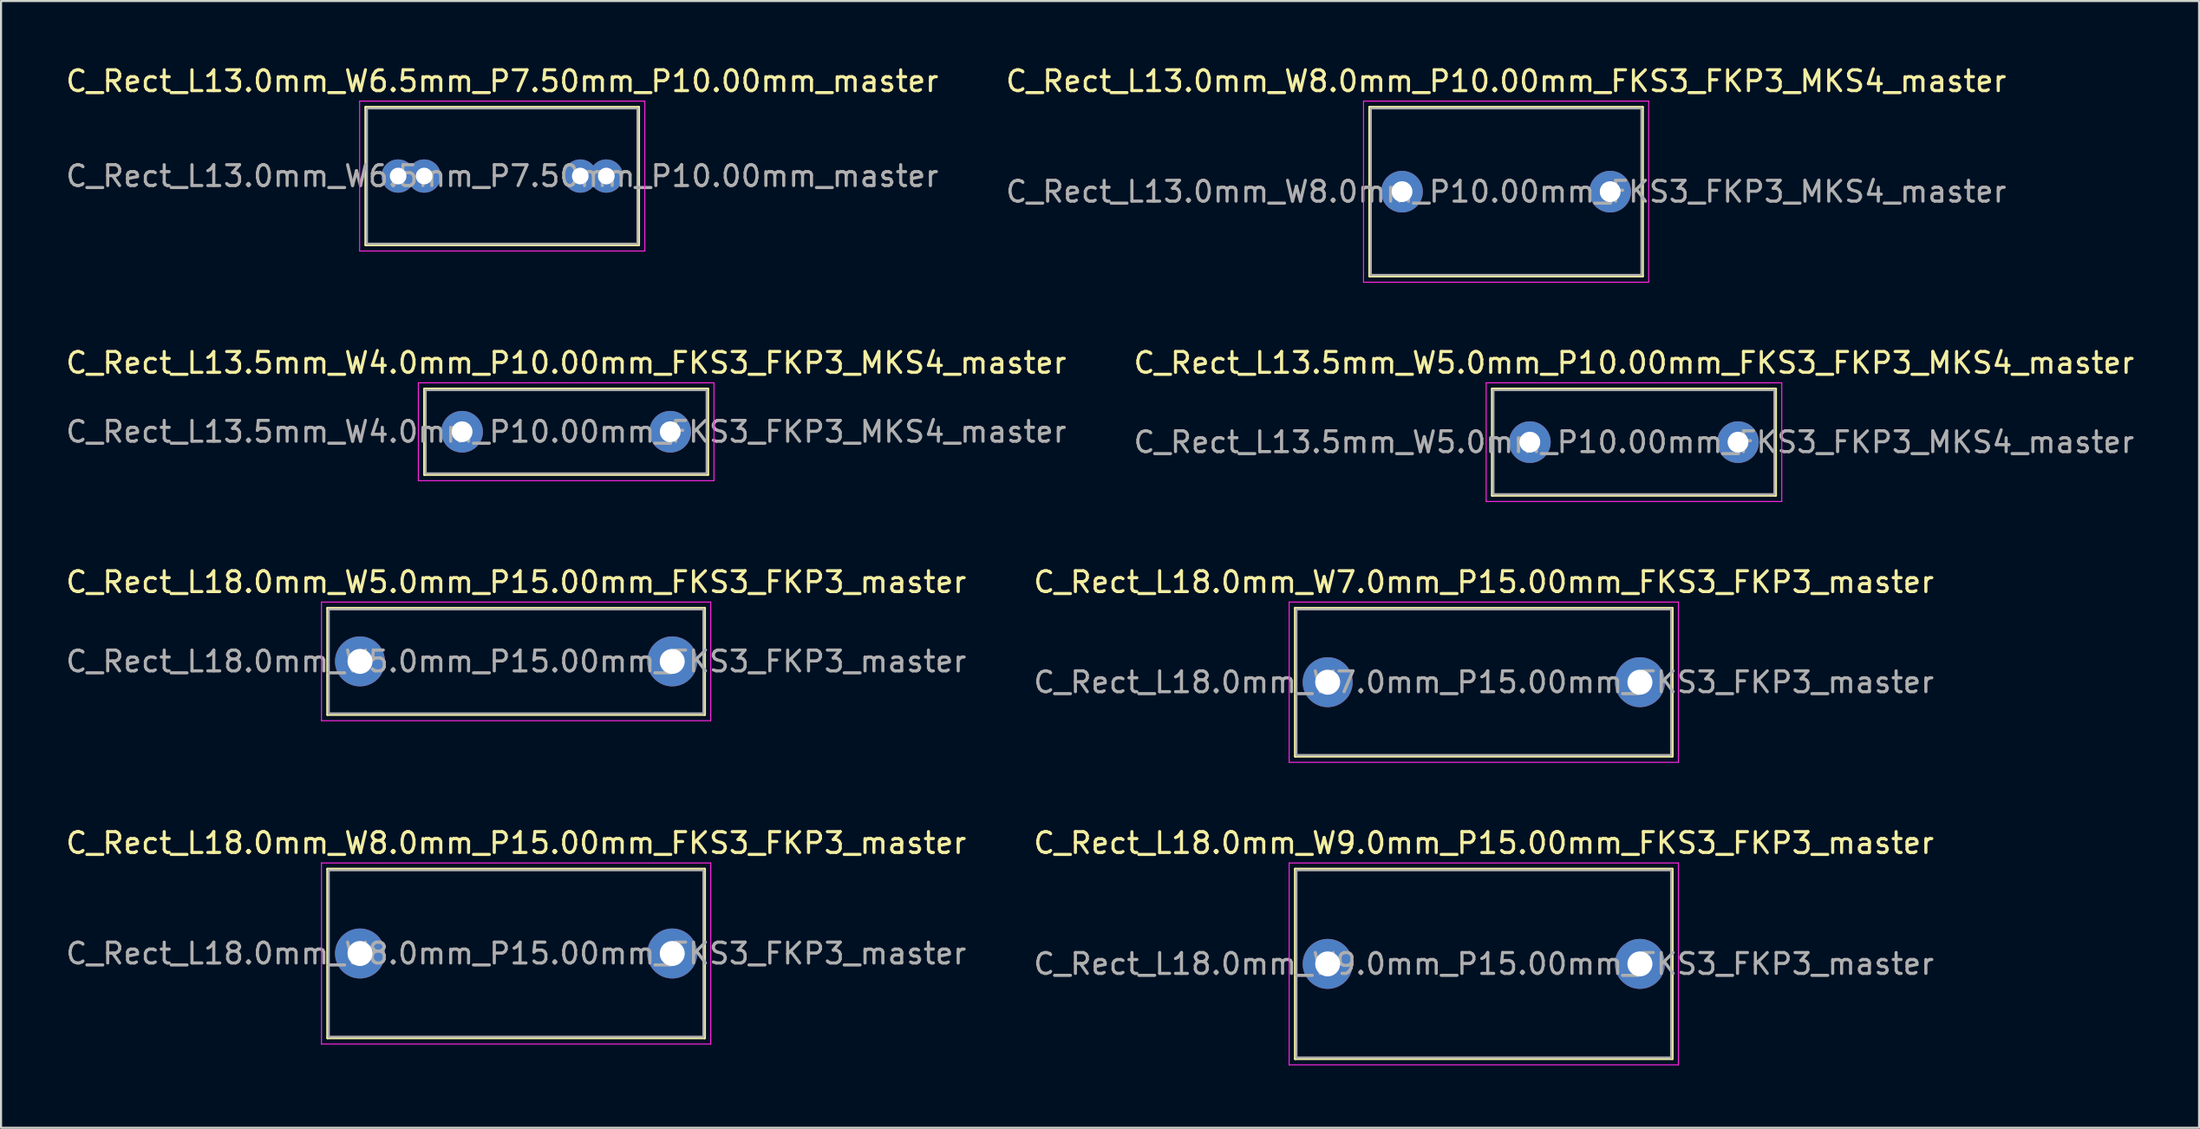
<source format=kicad_pcb>
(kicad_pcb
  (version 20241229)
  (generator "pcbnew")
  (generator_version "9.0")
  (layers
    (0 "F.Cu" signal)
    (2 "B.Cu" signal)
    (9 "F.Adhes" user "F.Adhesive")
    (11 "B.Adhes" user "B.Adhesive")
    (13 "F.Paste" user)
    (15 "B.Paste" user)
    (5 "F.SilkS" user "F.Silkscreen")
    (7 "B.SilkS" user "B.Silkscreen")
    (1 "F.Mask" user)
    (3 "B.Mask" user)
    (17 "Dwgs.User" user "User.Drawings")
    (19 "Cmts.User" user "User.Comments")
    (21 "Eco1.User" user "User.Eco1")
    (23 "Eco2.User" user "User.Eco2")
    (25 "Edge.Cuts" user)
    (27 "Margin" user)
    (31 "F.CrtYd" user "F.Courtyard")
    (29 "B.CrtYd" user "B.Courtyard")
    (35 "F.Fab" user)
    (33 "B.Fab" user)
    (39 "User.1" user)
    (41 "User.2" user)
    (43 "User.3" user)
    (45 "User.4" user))
  (footprint "C_Rect_L18.0mm_W5.0mm_P15.00mm_FKS3_FKP3_master"
    (layer "F.Cu")
    (at 14.244 28.725)
    (property "Reference" "C_Rect_L18.0mm_W5.0mm_P15.00mm_FKS3_FKP3_master" (at 7.5 -3.81 0) (layer "F.SilkS") (effects (font (size 1 1) (thickness 0.15))))
    (attr through_hole)
    (fp_line (start -1.56 -2.56) (end -1.56 2.56) (stroke (width 0.12) (type solid)) (layer "F.SilkS"))
    (fp_line (start -1.56 -2.56) (end 16.56 -2.56) (stroke (width 0.12) (type solid)) (layer "F.SilkS"))
    (fp_line (start -1.56 2.56) (end 16.56 2.56) (stroke (width 0.12) (type solid)) (layer "F.SilkS"))
    (fp_line (start 16.56 -2.56) (end 16.56 2.56) (stroke (width 0.12) (type solid)) (layer "F.SilkS"))
    (fp_line (start -1.85 -2.85) (end -1.85 2.85) (stroke (width 0.05) (type solid)) (layer "F.CrtYd"))
    (fp_line (start -1.85 2.85) (end 16.85 2.85) (stroke (width 0.05) (type solid)) (layer "F.CrtYd"))
    (fp_line (start 16.85 -2.85) (end -1.85 -2.85) (stroke (width 0.05) (type solid)) (layer "F.CrtYd"))
    (fp_line (start 16.85 2.85) (end 16.85 -2.85) (stroke (width 0.05) (type solid)) (layer "F.CrtYd"))
    (fp_line (start -1.5 -2.5) (end -1.5 2.5) (stroke (width 0.1) (type solid)) (layer "F.Fab"))
    (fp_line (start -1.5 2.5) (end 16.5 2.5) (stroke (width 0.1) (type solid)) (layer "F.Fab"))
    (fp_line (start 16.5 -2.5) (end -1.5 -2.5) (stroke (width 0.1) (type solid)) (layer "F.Fab"))
    (fp_line (start 16.5 2.5) (end 16.5 -2.5) (stroke (width 0.1) (type solid)) (layer "F.Fab"))
    (fp_text user "${REFERENCE}" (at 7.5 0 0) (layer "F.Fab") (effects (font (size 1 1) (thickness 0.15))))
    (pad "1" thru_hole circle (at 0 0) (size 2.4 2.4) (drill 1.2) (layers "*.Cu" "*.Mask"))
    (pad "2" thru_hole circle (at 15 0) (size 2.4 2.4) (drill 1.2) (layers "*.Cu" "*.Mask")))
  (footprint "C_Rect_L18.0mm_W7.0mm_P15.00mm_FKS3_FKP3_master"
    (layer "F.Cu")
    (at 60.732 29.725)
    (property "Reference" "C_Rect_L18.0mm_W7.0mm_P15.00mm_FKS3_FKP3_master" (at 7.5 -4.81 0) (layer "F.SilkS") (effects (font (size 1 1) (thickness 0.15))))
    (attr through_hole)
    (fp_line (start -1.56 -3.56) (end -1.56 3.56) (stroke (width 0.12) (type solid)) (layer "F.SilkS"))
    (fp_line (start -1.56 -3.56) (end 16.56 -3.56) (stroke (width 0.12) (type solid)) (layer "F.SilkS"))
    (fp_line (start -1.56 3.56) (end 16.56 3.56) (stroke (width 0.12) (type solid)) (layer "F.SilkS"))
    (fp_line (start 16.56 -3.56) (end 16.56 3.56) (stroke (width 0.12) (type solid)) (layer "F.SilkS"))
    (fp_line (start -1.85 -3.85) (end -1.85 3.85) (stroke (width 0.05) (type solid)) (layer "F.CrtYd"))
    (fp_line (start -1.85 3.85) (end 16.85 3.85) (stroke (width 0.05) (type solid)) (layer "F.CrtYd"))
    (fp_line (start 16.85 -3.85) (end -1.85 -3.85) (stroke (width 0.05) (type solid)) (layer "F.CrtYd"))
    (fp_line (start 16.85 3.85) (end 16.85 -3.85) (stroke (width 0.05) (type solid)) (layer "F.CrtYd"))
    (fp_line (start -1.5 -3.5) (end -1.5 3.5) (stroke (width 0.1) (type solid)) (layer "F.Fab"))
    (fp_line (start -1.5 3.5) (end 16.5 3.5) (stroke (width 0.1) (type solid)) (layer "F.Fab"))
    (fp_line (start 16.5 -3.5) (end -1.5 -3.5) (stroke (width 0.1) (type solid)) (layer "F.Fab"))
    (fp_line (start 16.5 3.5) (end 16.5 -3.5) (stroke (width 0.1) (type solid)) (layer "F.Fab"))
    (fp_text user "${REFERENCE}" (at 7.5 0 0) (layer "F.Fab") (effects (font (size 1 1) (thickness 0.15))))
    (pad "1" thru_hole circle (at 0 0) (size 2.4 2.4) (drill 1.2) (layers "*.Cu" "*.Mask"))
    (pad "2" thru_hole circle (at 15 0) (size 2.4 2.4) (drill 1.2) (layers "*.Cu" "*.Mask")))
  (footprint "C_Rect_L13.5mm_W5.0mm_P10.00mm_FKS3_FKP3_MKS4_master"
    (layer "F.Cu")
    (at 70.446 18.192)
    (property "Reference" "C_Rect_L13.5mm_W5.0mm_P10.00mm_FKS3_FKP3_MKS4_master" (at 5 -3.81 0) (layer "F.SilkS") (effects (font (size 1 1) (thickness 0.15))))
    (attr through_hole)
    (fp_line (start -1.81 -2.56) (end -1.81 2.56) (stroke (width 0.12) (type solid)) (layer "F.SilkS"))
    (fp_line (start -1.81 -2.56) (end 11.81 -2.56) (stroke (width 0.12) (type solid)) (layer "F.SilkS"))
    (fp_line (start -1.81 2.56) (end 11.81 2.56) (stroke (width 0.12) (type solid)) (layer "F.SilkS"))
    (fp_line (start 11.81 -2.56) (end 11.81 2.56) (stroke (width 0.12) (type solid)) (layer "F.SilkS"))
    (fp_line (start -2.1 -2.85) (end -2.1 2.85) (stroke (width 0.05) (type solid)) (layer "F.CrtYd"))
    (fp_line (start -2.1 2.85) (end 12.1 2.85) (stroke (width 0.05) (type solid)) (layer "F.CrtYd"))
    (fp_line (start 12.1 -2.85) (end -2.1 -2.85) (stroke (width 0.05) (type solid)) (layer "F.CrtYd"))
    (fp_line (start 12.1 2.85) (end 12.1 -2.85) (stroke (width 0.05) (type solid)) (layer "F.CrtYd"))
    (fp_line (start -1.75 -2.5) (end -1.75 2.5) (stroke (width 0.1) (type solid)) (layer "F.Fab"))
    (fp_line (start -1.75 2.5) (end 11.75 2.5) (stroke (width 0.1) (type solid)) (layer "F.Fab"))
    (fp_line (start 11.75 -2.5) (end -1.75 -2.5) (stroke (width 0.1) (type solid)) (layer "F.Fab"))
    (fp_line (start 11.75 2.5) (end 11.75 -2.5) (stroke (width 0.1) (type solid)) (layer "F.Fab"))
    (fp_text user "${REFERENCE}" (at 5 0 0) (layer "F.Fab") (effects (font (size 1 1) (thickness 0.15))))
    (pad "1" thru_hole circle (at 0 0) (size 2 2) (drill 1) (layers "*.Cu" "*.Mask"))
    (pad "2" thru_hole circle (at 10 0) (size 2 2) (drill 1) (layers "*.Cu" "*.Mask")))
  (footprint "C_Rect_L13.0mm_W8.0mm_P10.00mm_FKS3_FKP3_MKS4_master"
    (layer "F.Cu")
    (at 64.304 6.158)
    (property "Reference" "C_Rect_L13.0mm_W8.0mm_P10.00mm_FKS3_FKP3_MKS4_master" (at 5 -5.31 0) (layer "F.SilkS") (effects (font (size 1 1) (thickness 0.15))))
    (attr through_hole)
    (fp_line (start -1.56 -4.06) (end -1.56 4.06) (stroke (width 0.12) (type solid)) (layer "F.SilkS"))
    (fp_line (start -1.56 -4.06) (end 11.56 -4.06) (stroke (width 0.12) (type solid)) (layer "F.SilkS"))
    (fp_line (start -1.56 4.06) (end 11.56 4.06) (stroke (width 0.12) (type solid)) (layer "F.SilkS"))
    (fp_line (start 11.56 -4.06) (end 11.56 4.06) (stroke (width 0.12) (type solid)) (layer "F.SilkS"))
    (fp_line (start -1.85 -4.35) (end -1.85 4.35) (stroke (width 0.05) (type solid)) (layer "F.CrtYd"))
    (fp_line (start -1.85 4.35) (end 11.85 4.35) (stroke (width 0.05) (type solid)) (layer "F.CrtYd"))
    (fp_line (start 11.85 -4.35) (end -1.85 -4.35) (stroke (width 0.05) (type solid)) (layer "F.CrtYd"))
    (fp_line (start 11.85 4.35) (end 11.85 -4.35) (stroke (width 0.05) (type solid)) (layer "F.CrtYd"))
    (fp_line (start -1.5 -4) (end -1.5 4) (stroke (width 0.1) (type solid)) (layer "F.Fab"))
    (fp_line (start -1.5 4) (end 11.5 4) (stroke (width 0.1) (type solid)) (layer "F.Fab"))
    (fp_line (start 11.5 -4) (end -1.5 -4) (stroke (width 0.1) (type solid)) (layer "F.Fab"))
    (fp_line (start 11.5 4) (end 11.5 -4) (stroke (width 0.1) (type solid)) (layer "F.Fab"))
    (fp_text user "${REFERENCE}" (at 5 0 0) (layer "F.Fab") (effects (font (size 1 1) (thickness 0.15))))
    (pad "1" thru_hole circle (at 0 0) (size 2 2) (drill 1) (layers "*.Cu" "*.Mask"))
    (pad "2" thru_hole circle (at 10 0) (size 2 2) (drill 1) (layers "*.Cu" "*.Mask")))
  (footprint "C_Rect_L13.0mm_W6.5mm_P7.50mm_P10.00mm_master"
    (layer "F.Cu")
    (at 16.077 5.408)
    (property "Reference" "C_Rect_L13.0mm_W6.5mm_P7.50mm_P10.00mm_master" (at 5 -4.56 0) (layer "F.SilkS") (effects (font (size 1 1) (thickness 0.15))))
    (attr through_hole)
    (fp_line (start -1.56 -3.31) (end -1.56 3.31) (stroke (width 0.12) (type solid)) (layer "F.SilkS"))
    (fp_line (start -1.56 -3.31) (end 11.56 -3.31) (stroke (width 0.12) (type solid)) (layer "F.SilkS"))
    (fp_line (start -1.56 3.31) (end 11.56 3.31) (stroke (width 0.12) (type solid)) (layer "F.SilkS"))
    (fp_line (start 11.56 -3.31) (end 11.56 3.31) (stroke (width 0.12) (type solid)) (layer "F.SilkS"))
    (fp_line (start -1.85 -3.6) (end -1.85 3.6) (stroke (width 0.05) (type solid)) (layer "F.CrtYd"))
    (fp_line (start -1.85 3.6) (end 11.85 3.6) (stroke (width 0.05) (type solid)) (layer "F.CrtYd"))
    (fp_line (start 11.85 -3.6) (end -1.85 -3.6) (stroke (width 0.05) (type solid)) (layer "F.CrtYd"))
    (fp_line (start 11.85 3.6) (end 11.85 -3.6) (stroke (width 0.05) (type solid)) (layer "F.CrtYd"))
    (fp_line (start -1.5 -3.25) (end -1.5 3.25) (stroke (width 0.1) (type solid)) (layer "F.Fab"))
    (fp_line (start -1.5 3.25) (end 11.5 3.25) (stroke (width 0.1) (type solid)) (layer "F.Fab"))
    (fp_line (start 11.5 -3.25) (end -1.5 -3.25) (stroke (width 0.1) (type solid)) (layer "F.Fab"))
    (fp_line (start 11.5 3.25) (end 11.5 -3.25) (stroke (width 0.1) (type solid)) (layer "F.Fab"))
    (fp_text user "${REFERENCE}" (at 5 0 0) (layer "F.Fab") (effects (font (size 1 1) (thickness 0.15))))
    (pad "1" thru_hole circle (at 0 0) (size 1.6 1.6) (drill 0.8) (layers "*.Cu" "*.Mask"))
    (pad "1" thru_hole circle (at 1.25 0) (size 1.6 1.6) (drill 0.8) (layers "*.Cu" "*.Mask"))
    (pad "2" thru_hole circle (at 8.75 0) (size 1.6 1.6) (drill 0.8) (layers "*.Cu" "*.Mask"))
    (pad "2" thru_hole circle (at 10 0) (size 1.6 1.6) (drill 0.8) (layers "*.Cu" "*.Mask")))
  (footprint "C_Rect_L18.0mm_W9.0mm_P15.00mm_FKS3_FKP3_master"
    (layer "F.Cu")
    (at 60.732 43.258)
    (property "Reference" "C_Rect_L18.0mm_W9.0mm_P15.00mm_FKS3_FKP3_master" (at 7.5 -5.81 0) (layer "F.SilkS") (effects (font (size 1 1) (thickness 0.15))))
    (attr through_hole)
    (fp_line (start -1.56 -4.56) (end -1.56 4.56) (stroke (width 0.12) (type solid)) (layer "F.SilkS"))
    (fp_line (start -1.56 -4.56) (end 16.56 -4.56) (stroke (width 0.12) (type solid)) (layer "F.SilkS"))
    (fp_line (start -1.56 4.56) (end 16.56 4.56) (stroke (width 0.12) (type solid)) (layer "F.SilkS"))
    (fp_line (start 16.56 -4.56) (end 16.56 4.56) (stroke (width 0.12) (type solid)) (layer "F.SilkS"))
    (fp_line (start -1.85 -4.85) (end -1.85 4.85) (stroke (width 0.05) (type solid)) (layer "F.CrtYd"))
    (fp_line (start -1.85 4.85) (end 16.85 4.85) (stroke (width 0.05) (type solid)) (layer "F.CrtYd"))
    (fp_line (start 16.85 -4.85) (end -1.85 -4.85) (stroke (width 0.05) (type solid)) (layer "F.CrtYd"))
    (fp_line (start 16.85 4.85) (end 16.85 -4.85) (stroke (width 0.05) (type solid)) (layer "F.CrtYd"))
    (fp_line (start -1.5 -4.5) (end -1.5 4.5) (stroke (width 0.1) (type solid)) (layer "F.Fab"))
    (fp_line (start -1.5 4.5) (end 16.5 4.5) (stroke (width 0.1) (type solid)) (layer "F.Fab"))
    (fp_line (start 16.5 -4.5) (end -1.5 -4.5) (stroke (width 0.1) (type solid)) (layer "F.Fab"))
    (fp_line (start 16.5 4.5) (end 16.5 -4.5) (stroke (width 0.1) (type solid)) (layer "F.Fab"))
    (fp_text user "${REFERENCE}" (at 7.5 0 0) (layer "F.Fab") (effects (font (size 1 1) (thickness 0.15))))
    (pad "1" thru_hole circle (at 0 0) (size 2.4 2.4) (drill 1.2) (layers "*.Cu" "*.Mask"))
    (pad "2" thru_hole circle (at 15 0) (size 2.4 2.4) (drill 1.2) (layers "*.Cu" "*.Mask")))
  (footprint "C_Rect_L13.5mm_W4.0mm_P10.00mm_FKS3_FKP3_MKS4_master"
    (layer "F.Cu")
    (at 19.149 17.692)
    (property "Reference" "C_Rect_L13.5mm_W4.0mm_P10.00mm_FKS3_FKP3_MKS4_master" (at 5 -3.31 0) (layer "F.SilkS") (effects (font (size 1 1) (thickness 0.15))))
    (attr through_hole)
    (fp_line (start -1.81 -2.06) (end -1.81 2.06) (stroke (width 0.12) (type solid)) (layer "F.SilkS"))
    (fp_line (start -1.81 -2.06) (end 11.81 -2.06) (stroke (width 0.12) (type solid)) (layer "F.SilkS"))
    (fp_line (start -1.81 2.06) (end 11.81 2.06) (stroke (width 0.12) (type solid)) (layer "F.SilkS"))
    (fp_line (start 11.81 -2.06) (end 11.81 2.06) (stroke (width 0.12) (type solid)) (layer "F.SilkS"))
    (fp_line (start -2.1 -2.35) (end -2.1 2.35) (stroke (width 0.05) (type solid)) (layer "F.CrtYd"))
    (fp_line (start -2.1 2.35) (end 12.1 2.35) (stroke (width 0.05) (type solid)) (layer "F.CrtYd"))
    (fp_line (start 12.1 -2.35) (end -2.1 -2.35) (stroke (width 0.05) (type solid)) (layer "F.CrtYd"))
    (fp_line (start 12.1 2.35) (end 12.1 -2.35) (stroke (width 0.05) (type solid)) (layer "F.CrtYd"))
    (fp_line (start -1.75 -2) (end -1.75 2) (stroke (width 0.1) (type solid)) (layer "F.Fab"))
    (fp_line (start -1.75 2) (end 11.75 2) (stroke (width 0.1) (type solid)) (layer "F.Fab"))
    (fp_line (start 11.75 -2) (end -1.75 -2) (stroke (width 0.1) (type solid)) (layer "F.Fab"))
    (fp_line (start 11.75 2) (end 11.75 -2) (stroke (width 0.1) (type solid)) (layer "F.Fab"))
    (fp_text user "${REFERENCE}" (at 5 0 0) (layer "F.Fab") (effects (font (size 1 1) (thickness 0.15))))
    (pad "1" thru_hole circle (at 0 0) (size 2 2) (drill 1) (layers "*.Cu" "*.Mask"))
    (pad "2" thru_hole circle (at 10 0) (size 2 2) (drill 1) (layers "*.Cu" "*.Mask")))
  (footprint "C_Rect_L18.0mm_W8.0mm_P15.00mm_FKS3_FKP3_master"
    (layer "F.Cu")
    (at 14.244 42.758)
    (property "Reference" "C_Rect_L18.0mm_W8.0mm_P15.00mm_FKS3_FKP3_master" (at 7.5 -5.31 0) (layer "F.SilkS") (effects (font (size 1 1) (thickness 0.15))))
    (attr through_hole)
    (fp_line (start -1.56 -4.06) (end -1.56 4.06) (stroke (width 0.12) (type solid)) (layer "F.SilkS"))
    (fp_line (start -1.56 -4.06) (end 16.56 -4.06) (stroke (width 0.12) (type solid)) (layer "F.SilkS"))
    (fp_line (start -1.56 4.06) (end 16.56 4.06) (stroke (width 0.12) (type solid)) (layer "F.SilkS"))
    (fp_line (start 16.56 -4.06) (end 16.56 4.06) (stroke (width 0.12) (type solid)) (layer "F.SilkS"))
    (fp_line (start -1.85 -4.35) (end -1.85 4.35) (stroke (width 0.05) (type solid)) (layer "F.CrtYd"))
    (fp_line (start -1.85 4.35) (end 16.85 4.35) (stroke (width 0.05) (type solid)) (layer "F.CrtYd"))
    (fp_line (start 16.85 -4.35) (end -1.85 -4.35) (stroke (width 0.05) (type solid)) (layer "F.CrtYd"))
    (fp_line (start 16.85 4.35) (end 16.85 -4.35) (stroke (width 0.05) (type solid)) (layer "F.CrtYd"))
    (fp_line (start -1.5 -4) (end -1.5 4) (stroke (width 0.1) (type solid)) (layer "F.Fab"))
    (fp_line (start -1.5 4) (end 16.5 4) (stroke (width 0.1) (type solid)) (layer "F.Fab"))
    (fp_line (start 16.5 -4) (end -1.5 -4) (stroke (width 0.1) (type solid)) (layer "F.Fab"))
    (fp_line (start 16.5 4) (end 16.5 -4) (stroke (width 0.1) (type solid)) (layer "F.Fab"))
    (fp_text user "${REFERENCE}" (at 7.5 0 0) (layer "F.Fab") (effects (font (size 1 1) (thickness 0.15))))
    (pad "1" thru_hole circle (at 0 0) (size 2.4 2.4) (drill 1.2) (layers "*.Cu" "*.Mask"))
    (pad "2" thru_hole circle (at 15 0) (size 2.4 2.4) (drill 1.2) (layers "*.Cu" "*.Mask")))
  (gr_rect
    (start -3 -3)
    (end 102.595 51.133)
    (stroke (width 0.1) (type default))
    (fill no)
    (layer "Edge.Cuts")))
</source>
